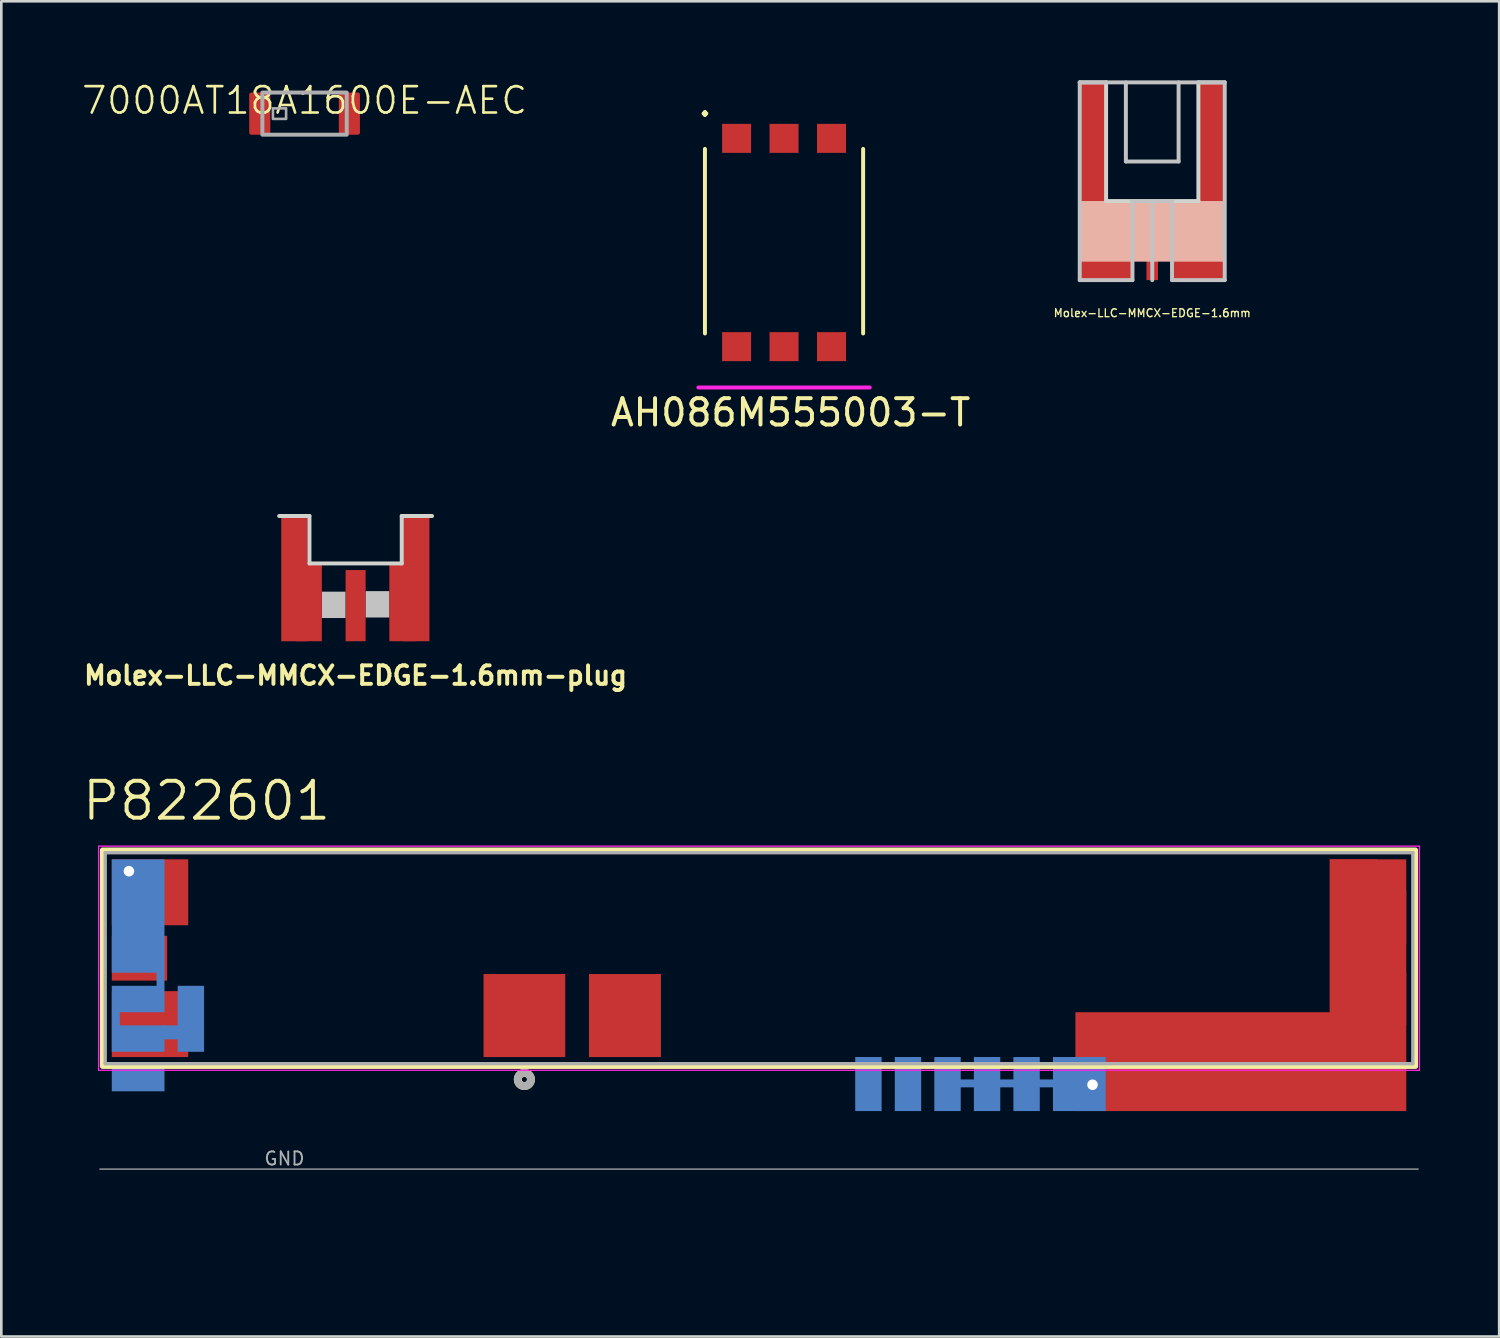
<source format=kicad_pcb>
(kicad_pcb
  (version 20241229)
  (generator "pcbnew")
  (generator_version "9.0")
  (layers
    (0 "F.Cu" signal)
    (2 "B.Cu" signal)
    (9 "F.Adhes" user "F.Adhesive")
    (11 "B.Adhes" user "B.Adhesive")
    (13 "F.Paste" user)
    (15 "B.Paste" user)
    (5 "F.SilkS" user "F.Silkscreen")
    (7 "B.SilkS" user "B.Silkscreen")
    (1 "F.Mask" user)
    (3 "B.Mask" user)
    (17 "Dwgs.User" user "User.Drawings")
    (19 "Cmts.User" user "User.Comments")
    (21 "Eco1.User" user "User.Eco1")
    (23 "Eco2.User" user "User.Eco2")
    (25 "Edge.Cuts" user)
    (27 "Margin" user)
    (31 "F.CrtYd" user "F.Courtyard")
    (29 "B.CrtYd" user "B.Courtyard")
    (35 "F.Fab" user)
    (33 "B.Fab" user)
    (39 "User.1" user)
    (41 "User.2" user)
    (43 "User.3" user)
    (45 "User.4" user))
  (footprint "7000AT18A1600E-AEC"
    (layer "F.Cu")
    (at 8.502 1.26)
    (property "Reference" "7000AT18A1600E-AEC" (at 0 -0.5 0) (unlocked yes) (layer "F.SilkS") (effects (font (size 1 1) (thickness 0.1))))
    (attr smd)
    (fp_rect (start -1.6 -0.8) (end 1.6 0.8) (stroke (width 0.15) (type default)) (fill no) (layer "F.Fab"))
    (fp_rect (start -1.2 -0.2) (end -0.7 0.2) (stroke (width 0.1) (type solid)) (fill no) (layer "F.Fab"))
    (pad "1" smd roundrect (at -1.7 0 90) (size 1.6 0.8) (layers "F.Cu" "F.Mask" "F.Paste") (roundrect_rratio 0.1))
    (pad "2" smd roundrect (at 1.7 0 90) (size 1.6 0.8) (layers "F.Cu" "F.Mask" "F.Paste") (roundrect_rratio 0.1)))
  (footprint "AH086M555003-T"
    (layer "F.Cu")
    (at 26.689 10.098)
    (property "Reference" "AH086M555003-T" (at 0.25 2.5 0) (layer "F.SilkS") (effects (font (size 1 1) (thickness 0.15))))
    (attr through_hole)
    (fp_line (start -3 -7.5) (end -3 -0.5) (stroke (width 0.15) (type solid)) (layer "F.SilkS"))
    (fp_line (start 3 -7.5) (end 3 -0.5) (stroke (width 0.15) (type solid)) (layer "F.SilkS"))
    (fp_line (start -3.25 1.55) (end 3.25 1.55) (stroke (width 0.15) (type solid)) (layer "F.CrtYd"))
    (fp_text user "." (at -3 -9.25 0) (layer "F.SilkS") (effects (font (size 1 1) (thickness 0.15))))
    (pad "" smd rect (at -1.8 -7.9) (size 1.1 1.1) (layers "F.Cu" "F.Mask" "F.Paste"))
    (pad "" smd rect (at -1.8 0) (size 1.1 1.1) (layers "F.Cu" "F.Mask" "F.Paste"))
    (pad "" smd rect (at 0 -7.9) (size 1.1 1.1) (layers "F.Cu" "F.Mask" "F.Paste"))
    (pad "" smd rect (at 1.8 -7.9) (size 1.1 1.1) (layers "F.Cu" "F.Mask" "F.Paste"))
    (pad "" smd rect (at 1.8 0) (size 1.1 1.1) (layers "F.Cu" "F.Mask" "F.Paste"))
    (pad "1" smd rect (at 0 0) (size 1.1 1.1) (layers "F.Cu" "F.Mask" "F.Paste")))
  (footprint "Molex-LLC-MMCX-EDGE-1.6mm-plug"
    (layer "F.Cu")
    (at 10.438 19.322)
    (property "Reference" "Molex-LLC-MMCX-EDGE-1.6mm-plug" (at 0 3.25 0) (layer "F.SilkS") (effects (font (size 0.7 0.7) (thickness 0.15))))
    (attr through_hole)
    (fp_line (start -1.75 -2.8) (end -2.9 -2.8) (stroke (width 0.15) (type solid)) (layer "Edge.Cuts"))
    (fp_line (start -1.75 -1) (end -1.75 -2.8) (stroke (width 0.15) (type solid)) (layer "Edge.Cuts"))
    (fp_line (start 1.75 -2.8) (end 1.75 -1) (stroke (width 0.15) (type solid)) (layer "Edge.Cuts"))
    (fp_line (start 1.75 -2.8) (end 2.9 -2.8) (stroke (width 0.15) (type solid)) (layer "Edge.Cuts"))
    (fp_line (start 1.75 -1) (end -1.75 -1) (stroke (width 0.15) (type solid)) (layer "Edge.Cuts"))
    (pad "" connect rect (at -0.83 0.57) (size 0.89 1) (layers "Dwgs.User"))
    (pad "" connect rect (at 0.83 0.55) (size 0.89 1) (layers "Dwgs.User"))
    (pad "1" smd rect (at 0 0.6) (size 0.76 2.7) (layers "F.Cu" "F.Mask" "F.Paste"))
    (pad "2" smd rect (at -2.32 -0.4) (size 1 4.7) (layers "F.Cu" "F.Mask" "F.Paste"))
    (pad "2" smd rect (at -1.78 0.5) (size 1 2.9) (layers "F.Cu" "F.Mask" "F.Paste"))
    (pad "2" smd rect (at 1.78 0.5) (size 1 2.9) (layers "F.Cu" "F.Mask" "F.Paste"))
    (pad "2" smd rect (at 2.3 -0.4) (size 1 4.7) (layers "F.Cu" "F.Mask" "F.Paste")))
  (footprint "P822601"
    (layer "F.Cu")
    (at 25.74 33.295)
    (property "Reference" "P822601" (at -20.955 -5.969 0) (layer "F.SilkS") (effects (font (size 1.4 1.4) (thickness 0.15))))
    (attr smd)
    (fp_poly (pts (xy 21.65 2.049) (xy 21.65 -3.75) (xy 24.551 -3.75) (xy 24.551 5.798) (xy 12.001 5.798) (xy 12.001 2.049)) (stroke (width 0) (type solid)) (fill yes) (layer "F.Cu"))
    (fp_poly (pts (xy -22.449 -0.852) (xy -22.449 0.85) (xy -24.55 0.85) (xy -24.55 -0.852)) (stroke (width 0) (type solid)) (fill yes) (layer "F.Mask"))
    (fp_poly (pts (xy -21.649 1.249) (xy -21.649 3.748) (xy -24.55 3.748) (xy -24.55 1.249)) (stroke (width 0) (type solid)) (fill yes) (layer "F.Mask"))
    (fp_poly (pts (xy -23.3 -2.65) (xy -23.3 -3.735) (xy -21.649 -3.735) (xy -21.649 -1.251) (xy -24.55 -1.251) (xy -24.55 -2.65)) (stroke (width 0) (type solid)) (fill yes) (layer "F.Mask"))
    (fp_poly (pts (xy -22.63 2.549) (xy -22.63 3.078) (xy -21.868 3.078) (xy -21.868 2.549)) (stroke (width 0) (type solid)) (fill yes) (layer "B.Cu"))
    (fp_poly (pts (xy -22.551 4.05) (xy -22.551 5.049) (xy -24.55 5.049) (xy -24.55 4.05)) (stroke (width 0) (type solid)) (fill yes) (layer "B.Cu"))
    (fp_poly (pts (xy -21.05 1.048) (xy -21.05 3.55) (xy -22.051 3.55) (xy -22.051 1.048)) (stroke (width 0) (type solid)) (fill yes) (layer "B.Cu"))
    (fp_poly (pts (xy 4.65 3.748) (xy 4.65 5.798) (xy 3.649 5.798) (xy 3.649 3.748)) (stroke (width 0) (type solid)) (fill yes) (layer "B.Cu"))
    (fp_poly (pts (xy 6.151 3.748) (xy 6.151 5.798) (xy 5.15 5.798) (xy 5.15 3.748)) (stroke (width 0) (type solid)) (fill yes) (layer "B.Cu"))
    (fp_poly (pts (xy -22.551 -3.75) (xy -22.551 2.049) (xy -24.245 2.049) (xy -24.245 2.549) (xy -22.551 2.549) (xy -22.551 3.55) (xy -24.55 3.55) (xy -24.55 1.048) (xy -22.851 1.048) (xy -22.851 0.55) (xy -24.55 0.55) (xy -24.55 -3.75)) (stroke (width 0) (type solid)) (fill yes) (layer "B.Cu"))
    (fp_poly (pts (xy 7.65 3.748) (xy 7.65 4.599) (xy 8.15 4.599) (xy 8.15 3.748) (xy 9.151 3.748) (xy 9.151 4.599) (xy 9.649 4.599) (xy 9.649 3.748) (xy 10.649 3.748) (xy 10.649 4.599) (xy 11.15 4.599) (xy 11.15 3.748) (xy 13.149 3.748) (xy 13.149 5.798) (xy 11.15 5.798) (xy 11.15 4.899) (xy 10.649 4.899) (xy 10.649 5.798) (xy 9.649 5.798) (xy 9.649 4.899) (xy 9.151 4.899) (xy 9.151 5.798) (xy 8.15 5.798) (xy 8.15 4.899) (xy 7.65 4.899) (xy 7.65 5.798) (xy 6.649 5.798) (xy 6.649 3.748)) (stroke (width 0) (type solid)) (fill yes) (layer "B.Cu"))
    (fp_rect (start -24.9 -4.1) (end 24.9 4.1) (stroke (width 0.2) (type solid)) (fill no) (layer "F.SilkS"))
    (fp_circle (center -8.9 4.6) (end -8.8 4.6) (stroke (width 0.3) (type solid)) (fill no) (layer "F.SilkS"))
    (fp_poly (pts (xy -23.3 -2.65) (xy -23.3 -3.735) (xy -21.649 -3.735) (xy -21.649 -1.251) (xy -24.55 -1.251) (xy -24.55 -2.65)) (stroke (width 0) (type solid)) (fill yes) (layer "F.Paste"))
    (fp_line (start -25.05 -4.25) (end 25.05 -4.25) (stroke (width 0.05) (type solid)) (layer "F.CrtYd"))
    (fp_line (start -25.05 4.25) (end -25.05 -4.25) (stroke (width 0.05) (type solid)) (layer "F.CrtYd"))
    (fp_line (start 25.05 -4.25) (end 25.05 4.25) (stroke (width 0.05) (type solid)) (layer "F.CrtYd"))
    (fp_line (start 25.05 4.25) (end -25.05 4.25) (stroke (width 0.05) (type solid)) (layer "F.CrtYd"))
    (fp_line (start -25 8) (end 25 8) (stroke (width 0.05) (type solid)) (layer "F.Fab"))
    (fp_line (start -24.8 -4) (end 24.8 -4) (stroke (width 0.127) (type solid)) (layer "F.Fab"))
    (fp_line (start -24.8 4) (end -24.8 -4) (stroke (width 0.127) (type solid)) (layer "F.Fab"))
    (fp_line (start 24.8 -4) (end 24.8 4) (stroke (width 0.127) (type solid)) (layer "F.Fab"))
    (fp_line (start 24.8 4) (end -24.8 4) (stroke (width 0.127) (type solid)) (layer "F.Fab"))
    (fp_circle (center -8.9 4.6) (end -8.8 4.6) (stroke (width 0.3) (type solid)) (fill no) (layer "F.Fab"))
    (fp_poly (pts (xy -3.72 3.83) (xy -3.72 8) (xy -12.5 8) (xy -12.5 6) (xy -5.76 6) (xy -5.76 3.83)) (stroke (width 0.1) (type solid)) (fill no) (layer "User.1"))
    (fp_poly (pts (xy -9.5 10.299) (xy -9.5 10.499) (xy -9 10.499) (xy -9 10.299) (xy -8.5 10.299) (xy -8.5 10.898) (xy -9 10.898) (xy -9 10.7) (xy -9.5 10.7) (xy -9.5 10.898) (xy -9.65 10.898) (xy -9.65 11.3) (xy -9.851 11.3) (xy -9.851 10.898) (xy -10.001 10.898) (xy -10.001 10.299)) (stroke (width 0.1) (type solid)) (fill no) (layer "User.2"))
    (fp_poly (pts (xy -7.349 0.598) (xy -7.349 3.799) (xy -8.251 3.799) (xy -8.251 5.699) (xy -8.649 5.699) (xy -8.649 6.9) (xy -8.5 6.9) (xy -8.5 7.5) (xy -9 7.5) (xy -9 7.299) (xy -9.5 7.299) (xy -9.5 7.5) (xy -10.001 7.5) (xy -10.001 6.9) (xy -9.5 6.9) (xy -9.5 7.098) (xy -9 7.098) (xy -9 6.9) (xy -8.85 6.9) (xy -8.85 5.699) (xy -9.249 5.699) (xy -9.249 3.799) (xy -10.45 3.799) (xy -10.45 0.598)) (stroke (width 0.1) (type solid)) (fill no) (layer "User.2"))
    (fp_poly (pts (xy -9.5 8) (xy -9.5 8.198) (xy -9 8.198) (xy -9 8) (xy -8.5 8) (xy -8.5 8.599) (xy -9 8.599) (xy -9 8.399) (xy -9.5 8.399) (xy -9.5 8.599) (xy -9.65 8.599) (xy -9.65 9.199) (xy -9.5 9.199) (xy -9.5 9.4) (xy -9 9.4) (xy -9 9.199) (xy -8.5 9.199) (xy -8.5 9.798) (xy -9 9.798) (xy -9 9.6) (xy -9.5 9.6) (xy -9.5 9.798) (xy -10.001 9.798) (xy -10.001 9.199) (xy -9.851 9.199) (xy -9.851 8.599) (xy -10.001 8.599) (xy -10.001 8)) (stroke (width 0.1) (type solid)) (fill no) (layer "User.2"))
    (fp_poly (pts (xy -10.631 8.147) (xy -10.631 8.447) (xy -10.361 8.447) (xy -10.361 8.147)) (stroke (width 0.1) (type solid)) (fill no) (layer "User.3"))
    (fp_poly (pts (xy -10.63 9.351) (xy -10.63 9.65) (xy -10.361 9.65) (xy -10.361 9.351)) (stroke (width 0.1) (type solid)) (fill no) (layer "User.3"))
    (fp_poly (pts (xy -10.63 10.435) (xy -10.63 10.735) (xy -10.361 10.735) (xy -10.361 10.435)) (stroke (width 0.1) (type solid)) (fill no) (layer "User.3"))
    (fp_poly (pts (xy -10.626 7.05) (xy -10.626 7.35) (xy -10.356 7.35) (xy -10.356 7.05)) (stroke (width 0.1) (type solid)) (fill no) (layer "User.3"))
    (fp_poly (pts (xy -10.059 8.147) (xy -10.059 8.447) (xy -9.79 8.447) (xy -9.79 8.147)) (stroke (width 0.1) (type solid)) (fill no) (layer "User.3"))
    (fp_poly (pts (xy -10.059 9.349) (xy -10.059 9.649) (xy -9.79 9.649) (xy -9.79 9.349)) (stroke (width 0.1) (type solid)) (fill no) (layer "User.3"))
    (fp_poly (pts (xy -10.059 10.433) (xy -10.059 10.733) (xy -9.79 10.733) (xy -9.79 10.433)) (stroke (width 0.1) (type solid)) (fill no) (layer "User.3"))
    (fp_poly (pts (xy -10.054 7.05) (xy -10.054 7.35) (xy -9.785 7.35) (xy -9.785 7.05)) (stroke (width 0.1) (type solid)) (fill no) (layer "User.3"))
    (fp_poly (pts (xy -8.901 7.319) (xy -8.901 7.589) (xy -8.601 7.589) (xy -8.601 7.319)) (stroke (width 0.1) (type solid)) (fill no) (layer "User.3"))
    (fp_poly (pts (xy -8.901 7.888) (xy -8.901 8.158) (xy -8.601 8.158) (xy -8.601 7.888)) (stroke (width 0.1) (type solid)) (fill no) (layer "User.3"))
    (fp_poly (pts (xy -8.901 9.631) (xy -8.901 9.9) (xy -8.601 9.9) (xy -8.601 9.631)) (stroke (width 0.1) (type solid)) (fill no) (layer "User.3"))
    (fp_poly (pts (xy -8.901 10.2) (xy -8.901 10.469) (xy -8.601 10.469) (xy -8.601 10.2)) (stroke (width 0.1) (type solid)) (fill no) (layer "User.3"))
    (fp_poly (pts (xy -3.91 8) (xy -12.5 8) (xy -12.5 6) (xy -3.91 6)) (stroke (width 0.1) (type solid)) (fill no) (layer "User.4"))
    (fp_poly (pts (xy -24.024 0.55) (xy -24.55 0.55) (xy -24.55 -0.052) (xy -24.024 -0.052)) (stroke (width 0.1) (type solid)) (fill no) (layer "User.5"))
    (fp_poly (pts (xy -24.024 1.65) (xy -24.55 1.65) (xy -24.55 1.048) (xy -24.024 1.048)) (stroke (width 0.1) (type solid)) (fill no) (layer "User.5"))
    (fp_poly (pts (xy -24.024 3.55) (xy -24.55 3.55) (xy -24.55 2.961) (xy -24.024 2.961)) (stroke (width 0.1) (type solid)) (fill no) (layer "User.5"))
    (fp_poly (pts (xy -24.024 4.65) (xy -24.55 4.65) (xy -24.55 4.05) (xy -24.024 4.05)) (stroke (width 0.1) (type solid)) (fill no) (layer "User.5"))
    (fp_poly (pts (xy -22.551 2.049) (xy -23.074 2.049) (xy -23.074 1.449) (xy -22.551 1.449)) (stroke (width 0.1) (type solid)) (fill no) (layer "User.5"))
    (fp_poly (pts (xy -22.551 3.149) (xy -23.074 3.149) (xy -23.074 2.549) (xy -22.551 2.549)) (stroke (width 0.1) (type solid)) (fill no) (layer "User.5"))
    (fp_poly (pts (xy -21.53 1.449) (xy -21.53 2.049) (xy -22.051 2.049) (xy -22.051 1.449)) (stroke (width 0.1) (type solid)) (fill no) (layer "User.5"))
    (fp_poly (pts (xy -21.53 2.549) (xy -21.53 3.149) (xy -22.051 3.149) (xy -22.051 2.549)) (stroke (width 0.1) (type solid)) (fill no) (layer "User.5"))
    (fp_poly (pts (xy 4.65 5.28) (xy 4.65 5.798) (xy 4.051 5.798) (xy 4.051 5.28)) (stroke (width 0.1) (type solid)) (fill no) (layer "User.5"))
    (fp_poly (pts (xy 5.75 5.28) (xy 5.75 5.798) (xy 5.15 5.798) (xy 5.15 5.28)) (stroke (width 0.1) (type solid)) (fill no) (layer "User.5"))
    (fp_poly (pts (xy 6.151 3.748) (xy 6.151 4.269) (xy 5.549 4.269) (xy 5.549 3.748)) (stroke (width 0.1) (type solid)) (fill no) (layer "User.5"))
    (fp_poly (pts (xy 7.251 3.748) (xy 7.251 4.269) (xy 6.649 4.269) (xy 6.649 3.748)) (stroke (width 0.1) (type solid)) (fill no) (layer "User.5"))
    (fp_poly (pts (xy 7.65 5.275) (xy 7.65 5.798) (xy 7.05 5.798) (xy 7.05 5.275)) (stroke (width 0.1) (type solid)) (fill no) (layer "User.5"))
    (fp_poly (pts (xy 8.75 5.275) (xy 8.75 5.798) (xy 8.15 5.798) (xy 8.15 5.275)) (stroke (width 0.1) (type solid)) (fill no) (layer "User.5"))
    (fp_poly (pts (xy 9.151 3.748) (xy 9.151 4.274) (xy 8.549 4.274) (xy 8.549 3.748)) (stroke (width 0.1) (type solid)) (fill no) (layer "User.5"))
    (fp_poly (pts (xy 10.251 3.748) (xy 10.251 4.274) (xy 9.649 4.274) (xy 9.649 3.748)) (stroke (width 0.1) (type solid)) (fill no) (layer "User.5"))
    (fp_poly (pts (xy 10.649 5.275) (xy 10.649 5.798) (xy 10.05 5.798) (xy 10.05 5.275)) (stroke (width 0.1) (type solid)) (fill no) (layer "User.5"))
    (fp_poly (pts (xy 11.749 5.275) (xy 11.749 5.798) (xy 11.15 5.798) (xy 11.15 5.275)) (stroke (width 0.1) (type solid)) (fill no) (layer "User.5"))
    (fp_text user "GND" (at -18 7.6 0) (unlocked yes) (layer "F.Fab") (effects (font (size 0.5 0.5) (thickness 0.07))))
    (pad "1" smd rect (at -8.9 2.175 180) (size 3.1 3.15) (layers "F.Cu" "F.Mask" "F.Paste"))
    (pad "2" smd rect (at -5.085 2.175) (size 2.73 3.15) (layers "F.Cu" "F.Mask" "F.Paste"))
    (pad "3" smd rect (at 22.55 0 90) (size 7.5 1.8) (layers "F.Cu" "F.Mask" "F.Paste"))
    (pad "3_1" smd rect (at 24 -1.55 90) (size 2 1.1) (layers "F.Cu" "F.Mask" "F.Paste"))
    (pad "3_2" smd rect (at 24 1.55 90) (size 2 1.1) (layers "F.Cu" "F.Mask" "F.Paste"))
    (pad "4" thru_hole circle (at 12.65 4.8) (size 0.8 0.8) (drill 0.4) (layers "*.Cu"))
    (pad "4" smd rect (at 15.5 3.15) (size 2.4 1.2) (layers "F.Cu" "F.Mask" "F.Paste"))
    (pad "5" thru_hole circle (at -23.9 -3.3) (size 0.8 0.8) (drill 0.4) (layers "*.Cu"))
    (pad "5" smd rect (at -23.1 -2.5) (size 2.9 2.5) (layers "F.Cu"))
    (pad "6" smd rect (at -23.5 0) (size 2.1 1.7) (layers "F.Cu" "F.Mask" "F.Paste"))
    (pad "7" smd rect (at -23.1 2.5) (size 2.9 2.5) (layers "F.Cu" "F.Mask" "F.Paste")))
  (footprint "Molex-LLC-MMCX-EDGE-1.6mm"
    (layer "F.Cu")
    (at 40.655 5.575)
    (property "Reference" "Molex-LLC-MMCX-EDGE-1.6mm" (at 0 3.25 0) (layer "F.SilkS") (effects (font (size 0.3 0.3) (thickness 0.05))))
    (attr smd)
    (fp_line (start -2.75 -5.5) (end 2.75 -5.5) (stroke (width 0.15) (type solid)) (layer "Dwgs.User"))
    (fp_line (start -2.75 2) (end -2.75 -5.5) (stroke (width 0.15) (type solid)) (layer "Dwgs.User"))
    (fp_line (start -1 -5.5) (end -1 -2.5) (stroke (width 0.15) (type solid)) (layer "Dwgs.User"))
    (fp_line (start -1 -2.5) (end 1 -2.5) (stroke (width 0.15) (type solid)) (layer "Dwgs.User"))
    (fp_line (start -0.75 -1) (end -0.75 2) (stroke (width 0.15) (type solid)) (layer "Dwgs.User"))
    (fp_line (start -0.75 2) (end -2.75 2) (stroke (width 0.15) (type solid)) (layer "Dwgs.User"))
    (fp_line (start 0 -1) (end 0 2) (stroke (width 0.15) (type solid)) (layer "Dwgs.User"))
    (fp_line (start 0.75 -1) (end -0.75 -1) (stroke (width 0.15) (type solid)) (layer "Dwgs.User"))
    (fp_line (start 0.75 2) (end 0.75 -1) (stroke (width 0.15) (type solid)) (layer "Dwgs.User"))
    (fp_line (start 1 -2.5) (end 1 -5.5) (stroke (width 0.15) (type solid)) (layer "Dwgs.User"))
    (fp_line (start 2.75 -5.5) (end 2.75 2) (stroke (width 0.15) (type solid)) (layer "Dwgs.User"))
    (fp_line (start 2.75 2) (end 0.75 2) (stroke (width 0.15) (type solid)) (layer "Dwgs.User"))
    (fp_line (start -1.75 -5.5) (end -2.75 -5.5) (stroke (width 0.15) (type solid)) (layer "Edge.Cuts"))
    (fp_line (start -1.75 -1) (end -1.75 -5.5) (stroke (width 0.15) (type solid)) (layer "Edge.Cuts"))
    (fp_line (start 1.75 -5.5) (end 1.75 -1) (stroke (width 0.15) (type solid)) (layer "Edge.Cuts"))
    (fp_line (start 1.75 -5.5) (end 2.75 -5.5) (stroke (width 0.15) (type solid)) (layer "Edge.Cuts"))
    (fp_line (start 1.75 -1) (end -1.75 -1) (stroke (width 0.15) (type solid)) (layer "Edge.Cuts"))
    (pad "" connect rect (at 0 0.15) (size 5.5 2.3) (layers "B.SilkS" "Eco1.User"))
    (pad "" connect rect (at 0 2.3) (size 5.5 0.6) (layers "Eco1.User"))
    (pad "1" smd rect (at 0 0) (size 0.44 1.2) (layers "F.Cu" "F.Mask" "F.Paste"))
    (pad "1" smd rect (at 0 1) (size 0.44 2) (layers "F.Cu" "F.Mask" "F.Paste"))
    (pad "2" smd rect (at -2.25 -1.75) (size 1 7.5) (layers "F.Cu" "F.Mask" "F.Paste"))
    (pad "2" smd rect (at -1.5 0) (size 1.5 2) (layers "F.Cu" "F.Mask" "F.Paste"))
    (pad "2" smd rect (at -1.5 1) (size 1.5 2) (layers "F.Cu" "F.Mask" "F.Paste"))
    (pad "2" smd rect (at 1.5 0) (size 1.5 2) (layers "F.Cu" "F.Mask" "F.Paste"))
    (pad "2" smd rect (at 1.5 1) (size 1.5 2) (layers "F.Cu" "F.Mask" "F.Paste"))
    (pad "2" smd rect (at 2.25 -1.75) (size 1 7.5) (layers "F.Cu" "F.Mask" "F.Paste")))
  (gr_rect
    (start -3 -3)
    (end 53.815 47.645)
    (stroke (width 0.1) (type default))
    (fill no)
    (layer "Edge.Cuts")))
</source>
